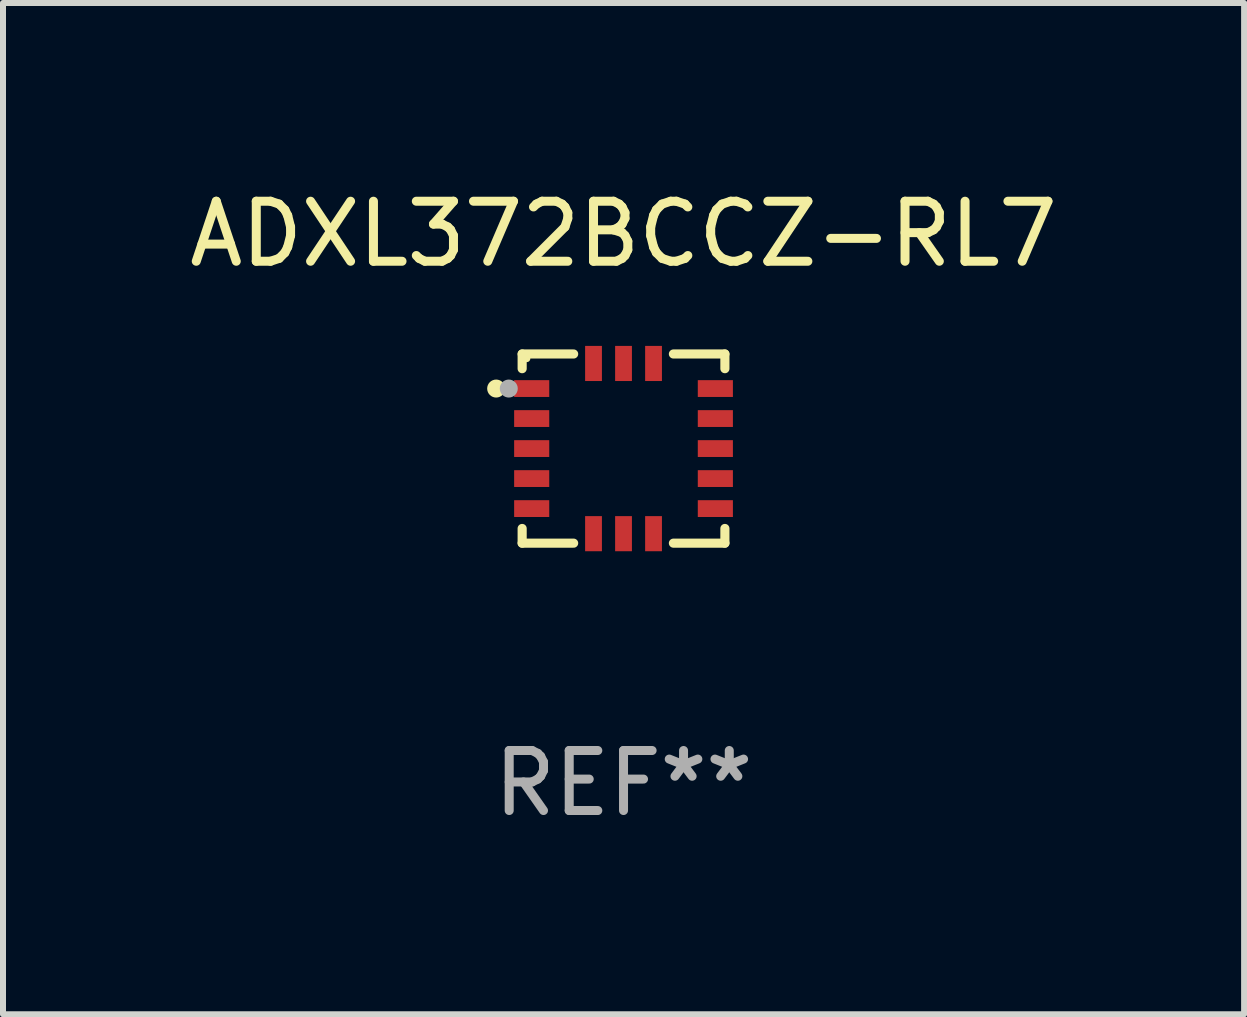
<source format=kicad_pcb>
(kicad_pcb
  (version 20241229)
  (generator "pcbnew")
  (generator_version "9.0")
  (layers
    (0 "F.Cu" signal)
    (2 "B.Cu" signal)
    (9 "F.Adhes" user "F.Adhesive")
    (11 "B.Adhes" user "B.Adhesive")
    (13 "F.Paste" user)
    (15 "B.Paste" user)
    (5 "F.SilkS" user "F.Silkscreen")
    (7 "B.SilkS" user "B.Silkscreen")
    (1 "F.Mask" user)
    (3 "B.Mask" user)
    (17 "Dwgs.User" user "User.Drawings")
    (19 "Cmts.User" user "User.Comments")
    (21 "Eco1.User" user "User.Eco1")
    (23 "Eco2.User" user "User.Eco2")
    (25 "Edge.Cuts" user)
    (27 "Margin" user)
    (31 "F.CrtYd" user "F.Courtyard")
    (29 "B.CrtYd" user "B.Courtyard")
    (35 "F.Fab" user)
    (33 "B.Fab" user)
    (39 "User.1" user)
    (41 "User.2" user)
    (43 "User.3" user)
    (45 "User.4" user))
  (footprint "ADXL372BCCZ-RL7"
    (layer "F.Cu")
    (at 7.339 4.424)
    (property "Reference" "ADXL372BCCZ-RL7" (at 0 -3.576 0) (layer "F.SilkS") (effects (font (size 1 1) (thickness 0.15))))
    (attr through_hole)
    (fp_line (start -1.689 -1.576) (end -1.689 -1.331) (stroke (width 0.152) (type solid)) (layer "F.SilkS"))
    (fp_line (start -1.689 1.576) (end -1.689 1.331) (stroke (width 0.152) (type solid)) (layer "F.SilkS"))
    (fp_line (start -0.831 -1.576) (end -1.689 -1.576) (stroke (width 0.152) (type solid)) (layer "F.SilkS"))
    (fp_line (start -0.831 1.576) (end -1.689 1.576) (stroke (width 0.152) (type solid)) (layer "F.SilkS"))
    (fp_line (start 0.831 -1.576) (end 1.689 -1.576) (stroke (width 0.152) (type solid)) (layer "F.SilkS"))
    (fp_line (start 0.831 1.576) (end 1.689 1.576) (stroke (width 0.152) (type solid)) (layer "F.SilkS"))
    (fp_line (start 1.689 -1.576) (end 1.689 -1.331) (stroke (width 0.152) (type solid)) (layer "F.SilkS"))
    (fp_line (start 1.689 1.576) (end 1.689 1.331) (stroke (width 0.152) (type solid)) (layer "F.SilkS"))
    (fp_circle (center -2.122 -1) (end -2.047 -1) (stroke (width 0.15) (type solid)) (fill no) (layer "F.SilkS"))
    (fp_circle (center -1.612 -1.5) (end -1.582 -1.5) (stroke (width 0.06) (type solid)) (fill no) (layer "F.SilkS"))
    (fp_circle (center -1.912 -1) (end -1.837 -1) (stroke (width 0.15) (type solid)) (fill no) (layer "F.Fab"))
    (fp_text user "REF**" (at 0 5.576 0) (layer "F.Fab") (effects (font (size 1 1) (thickness 0.15))))
    (pad "1" smd rect (at -1.53 -1) (size 0.585 0.28) (layers "F.Cu" "F.Mask" "F.Paste"))
    (pad "2" smd rect (at -1.53 -0.5) (size 0.585 0.28) (layers "F.Cu" "F.Mask" "F.Paste"))
    (pad "3" smd rect (at -1.53 0) (size 0.585 0.28) (layers "F.Cu" "F.Mask" "F.Paste"))
    (pad "4" smd rect (at -1.53 0.5) (size 0.585 0.28) (layers "F.Cu" "F.Mask" "F.Paste"))
    (pad "5" smd rect (at -1.53 1) (size 0.585 0.28) (layers "F.Cu" "F.Mask" "F.Paste"))
    (pad "6" smd rect (at -0.5 1.418) (size 0.28 0.585) (layers "F.Cu" "F.Mask" "F.Paste"))
    (pad "7" smd rect (at 0 1.418) (size 0.28 0.585) (layers "F.Cu" "F.Mask" "F.Paste"))
    (pad "8" smd rect (at 0.5 1.418) (size 0.28 0.585) (layers "F.Cu" "F.Mask" "F.Paste"))
    (pad "9" smd rect (at 1.53 1) (size 0.585 0.28) (layers "F.Cu" "F.Mask" "F.Paste"))
    (pad "10" smd rect (at 1.53 0.5) (size 0.585 0.28) (layers "F.Cu" "F.Mask" "F.Paste"))
    (pad "11" smd rect (at 1.53 0) (size 0.585 0.28) (layers "F.Cu" "F.Mask" "F.Paste"))
    (pad "12" smd rect (at 1.53 -0.5) (size 0.585 0.28) (layers "F.Cu" "F.Mask" "F.Paste"))
    (pad "13" smd rect (at 1.53 -1) (size 0.585 0.28) (layers "F.Cu" "F.Mask" "F.Paste"))
    (pad "14" smd rect (at 0.5 -1.418) (size 0.28 0.585) (layers "F.Cu" "F.Mask" "F.Paste"))
    (pad "15" smd rect (at 0 -1.418) (size 0.28 0.585) (layers "F.Cu" "F.Mask" "F.Paste"))
    (pad "16" smd rect (at -0.5 -1.418) (size 0.28 0.585) (layers "F.Cu" "F.Mask" "F.Paste")))
  (gr_rect
    (start -3 -3)
    (end 17.679 13.849)
    (stroke (width 0.1) (type default))
    (fill no)
    (layer "Edge.Cuts")))
</source>
